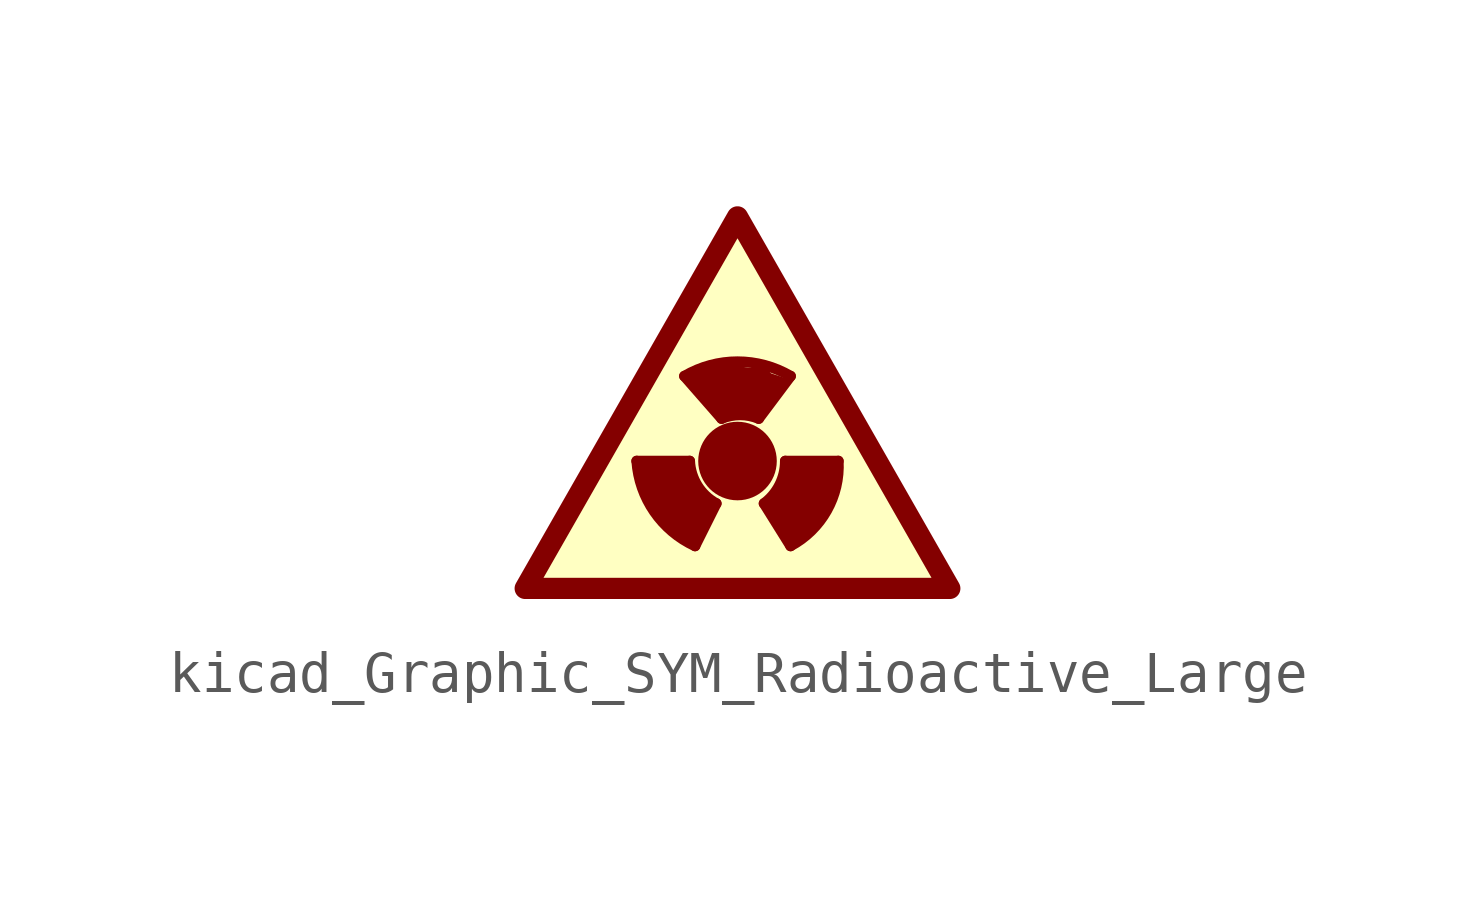
<source format=kicad_sym>
(kicad_symbol_lib
  (version 20220914)
  (generator kicad_symbol_editor)
  (symbol "kicad_Graphic_SYM_Radioactive_Large"
    (property "Reference" "#SYM"
      (at 2.413 7.112 0)
      (effects (font (size 1.27 1.27)) hide))
    (symbol "kicad_Graphic_SYM_Radioactive_Large_0_0"
      (polyline (pts (xy 0 0) (xy 1.27 0)) (stroke (width 0.254) (type default)) (fill (type none)))
      (polyline (pts (xy 1.143 2.032) (xy 2.032 1.016)) (stroke (width 0.254) (type default)) (fill (type none)))
      (polyline (pts (xy 1.397 -2.032) (xy 1.905 -1.016)) (stroke (width 0.254) (type default)) (fill (type none)))
      (polyline (pts (xy 2.921 1.016) (xy 3.683 2.032)) (stroke (width 0.254) (type default)) (fill (type none)))
      (polyline (pts (xy 3.048 -1.016) (xy 3.683 -2.032)) (stroke (width 0.254) (type default)) (fill (type none)))
      (polyline (pts (xy 3.556 0) (xy 4.826 0)) (stroke (width 0.254) (type default)) (fill (type none)))
      (polyline (pts (xy 3.048 -1.016) (xy 3.683 -2.032) (xy 4.191 -1.651) (xy 4.572 -1.016) (xy 4.699 -0.381) (xy 4.826 0) (xy 3.556 0) (xy 3.556 -0.381) (xy 3.302 -0.762) (xy 3.048 -1.016)) (stroke (width 0) (type default)) (fill (type outline)))
      (polyline (pts (xy 0 0) (xy 1.27 0) (xy 1.27 -0.254) (xy 1.397 -0.508) (xy 1.651 -0.889) (xy 1.905 -1.016) (xy 1.397 -2.032) (xy 1.016 -1.778) (xy 0.635 -1.397) (xy 0.254 -0.889) (xy 0 0)) (stroke (width 0) (type default)) (fill (type outline)))
      (polyline (pts (xy 2.032 1.016) (xy 1.397 1.905) (xy 1.143 2.032) (xy 1.778 2.286) (xy 2.667 2.159) (xy 3.048 2.159) (xy 3.175 2.032) (xy 3.556 1.905) (xy 2.921 1.016) (xy 2.54 1.143) (xy 2.286 1.143) (xy 2.032 1.016)) (stroke (width 0) (type default)) (fill (type outline)))
      (arc (start 0 0) (mid 0.419 -1.2071) (end 1.397 -2.032) (stroke (width 0.254) (type default)) (fill (type none)))
      (arc (start 1.27 0) (mid 1.4524 -0.587) (end 1.905 -1.016) (stroke (width 0.254) (type default)) (fill (type none)))
      (circle (center 2.413 0) (radius 0.813) (stroke (width 0.254) (type default)) (fill (type outline)))
      (arc (start 2.921 1.016) (mid 2.4757 1.104) (end 2.032 1.016) (stroke (width 0.254) (type default)) (fill (type none)))
      (arc (start 3.048 -1.016) (mid 3.4219 -0.568) (end 3.556 0) (stroke (width 0.254) (type default)) (fill (type none)))
      (arc (start 3.683 -2.032) (mid 4.5507 -1.1815) (end 4.826 0) (stroke (width 0.254) (type default)) (fill (type none)))
      (arc (start 3.683 2.032) (mid 2.413 2.3778) (end 1.143 2.032) (stroke (width 0.254) (type default)) (fill (type none))))
    (symbol "kicad_Graphic_SYM_Radioactive_Large_0_1"
      (polyline (pts (xy -2.667 -3.048) (xy 7.493 -3.048) (xy 2.413 5.842) (xy -2.667 -3.048)) (stroke (width 0.508) (type default)) (fill (type background))))))
</source>
